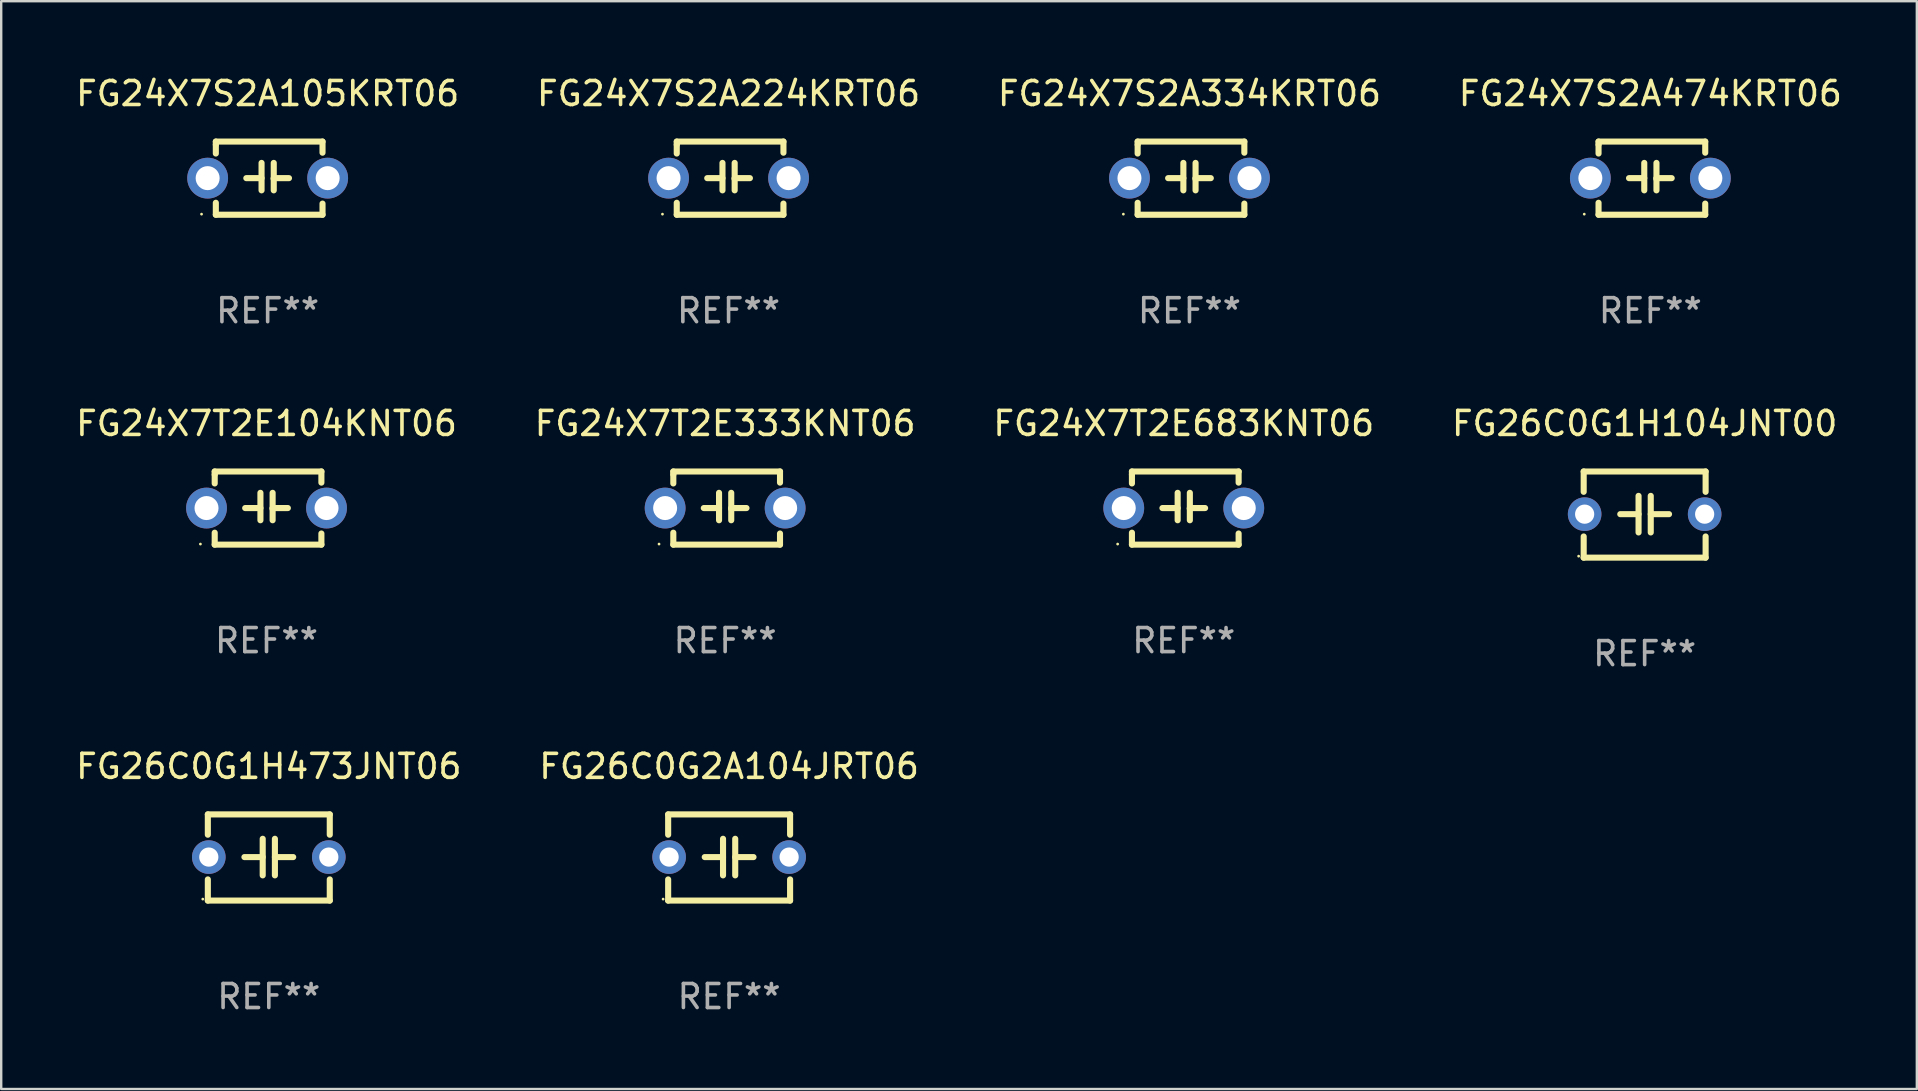
<source format=kicad_pcb>
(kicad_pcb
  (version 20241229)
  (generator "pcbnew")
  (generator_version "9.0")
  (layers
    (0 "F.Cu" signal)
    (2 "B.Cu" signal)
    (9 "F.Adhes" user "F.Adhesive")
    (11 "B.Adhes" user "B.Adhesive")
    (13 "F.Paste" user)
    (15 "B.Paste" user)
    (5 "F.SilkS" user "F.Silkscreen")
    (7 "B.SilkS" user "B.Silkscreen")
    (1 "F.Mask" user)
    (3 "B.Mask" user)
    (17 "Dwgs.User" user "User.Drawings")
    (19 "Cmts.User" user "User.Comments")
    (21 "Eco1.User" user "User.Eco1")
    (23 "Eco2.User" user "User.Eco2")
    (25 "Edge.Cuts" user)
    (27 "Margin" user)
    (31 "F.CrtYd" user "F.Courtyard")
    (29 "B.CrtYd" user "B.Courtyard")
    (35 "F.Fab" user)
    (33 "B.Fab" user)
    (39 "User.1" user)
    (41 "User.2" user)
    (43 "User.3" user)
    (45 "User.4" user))
  (footprint "FG26C0G1H104JNT00"
    (layer "F.Cu")
    (at 65.47 18.388)
    (property "Reference" "FG26C0G1H104JNT00" (at 0 -3.795 0) (layer "F.SilkS") (effects (font (size 1 1) (thickness 0.15))))
    (attr through_hole)
    (fp_line (start -2.54 -1.795) (end 2.54 -1.795) (stroke (width 0.254) (type solid)) (layer "F.SilkS"))
    (fp_line (start -2.54 -0.948) (end -2.54 -1.795) (stroke (width 0.254) (type solid)) (layer "F.SilkS"))
    (fp_line (start -2.54 1.795) (end -2.54 0.913) (stroke (width 0.254) (type solid)) (layer "F.SilkS"))
    (fp_line (start -1.016 -0.017) (end -0.254 -0.017) (stroke (width 0.254) (type solid)) (layer "F.SilkS"))
    (fp_line (start -0.254 0.745) (end -0.254 -0.779) (stroke (width 0.254) (type solid)) (layer "F.SilkS"))
    (fp_line (start 0.254 -0.779) (end 0.254 0.745) (stroke (width 0.254) (type solid)) (layer "F.SilkS"))
    (fp_line (start 1.016 -0.017) (end 0.254 -0.017) (stroke (width 0.254) (type solid)) (layer "F.SilkS"))
    (fp_line (start 2.54 -1.795) (end 2.54 -0.948) (stroke (width 0.254) (type solid)) (layer "F.SilkS"))
    (fp_line (start 2.54 1.795) (end -2.54 1.795) (stroke (width 0.254) (type solid)) (layer "F.SilkS"))
    (fp_line (start 2.54 1.795) (end 2.54 0.913) (stroke (width 0.254) (type solid)) (layer "F.SilkS"))
    (fp_circle (center -2.75 1.733) (end -2.72 1.733) (stroke (width 0.06) (type solid)) (fill no) (layer "F.SilkS"))
    (fp_text user "REF**" (at 0 5.795 0) (layer "F.Fab") (effects (font (size 1 1) (thickness 0.15))))
    (pad "1" thru_hole circle (at -2.5 -0.017) (size 1.4 1.4) (drill 0.8) (layers "*.Cu" "*.Mask"))
    (pad "2" thru_hole circle (at 2.5 -0.017) (size 1.4 1.4) (drill 0.8) (layers "*.Cu" "*.Mask")))
  (footprint "FG26C0G2A104JRT06"
    (layer "F.Cu")
    (at 27.327 32.675)
    (property "Reference" "FG26C0G2A104JRT06" (at 0 -3.795 0) (layer "F.SilkS") (effects (font (size 1 1) (thickness 0.15))))
    (attr through_hole)
    (fp_line (start -2.54 -1.795) (end 2.54 -1.795) (stroke (width 0.254) (type solid)) (layer "F.SilkS"))
    (fp_line (start -2.54 -0.948) (end -2.54 -1.795) (stroke (width 0.254) (type solid)) (layer "F.SilkS"))
    (fp_line (start -2.54 1.795) (end -2.54 0.913) (stroke (width 0.254) (type solid)) (layer "F.SilkS"))
    (fp_line (start -1.016 -0.017) (end -0.254 -0.017) (stroke (width 0.254) (type solid)) (layer "F.SilkS"))
    (fp_line (start -0.254 0.745) (end -0.254 -0.779) (stroke (width 0.254) (type solid)) (layer "F.SilkS"))
    (fp_line (start 0.254 -0.779) (end 0.254 0.745) (stroke (width 0.254) (type solid)) (layer "F.SilkS"))
    (fp_line (start 1.016 -0.017) (end 0.254 -0.017) (stroke (width 0.254) (type solid)) (layer "F.SilkS"))
    (fp_line (start 2.54 -1.795) (end 2.54 -0.948) (stroke (width 0.254) (type solid)) (layer "F.SilkS"))
    (fp_line (start 2.54 1.795) (end -2.54 1.795) (stroke (width 0.254) (type solid)) (layer "F.SilkS"))
    (fp_line (start 2.54 1.795) (end 2.54 0.913) (stroke (width 0.254) (type solid)) (layer "F.SilkS"))
    (fp_circle (center -2.75 1.733) (end -2.72 1.733) (stroke (width 0.06) (type solid)) (fill no) (layer "F.SilkS"))
    (fp_text user "REF**" (at 0 5.795 0) (layer "F.Fab") (effects (font (size 1 1) (thickness 0.15))))
    (pad "1" thru_hole circle (at -2.5 -0.017) (size 1.4 1.4) (drill 0.8) (layers "*.Cu" "*.Mask"))
    (pad "2" thru_hole circle (at 2.5 -0.017) (size 1.4 1.4) (drill 0.8) (layers "*.Cu" "*.Mask")))
  (footprint "FG24X7T2E104KNT06"
    (layer "F.Cu")
    (at 8.054 18.117)
    (property "Reference" "FG24X7T2E104KNT06" (at 0 -3.524 0) (layer "F.SilkS") (effects (font (size 1 1) (thickness 0.15))))
    (attr through_hole)
    (fp_line (start -2.159 -1.524) (end 2.286 -1.524) (stroke (width 0.254) (type solid)) (layer "F.SilkS"))
    (fp_line (start -2.159 -1.397) (end -2.159 -1.524) (stroke (width 0.254) (type solid)) (layer "F.SilkS"))
    (fp_line (start -2.159 -1.026) (end -2.159 -1.397) (stroke (width 0.254) (type solid)) (layer "F.SilkS"))
    (fp_line (start -2.159 1.524) (end -2.159 1.026) (stroke (width 0.254) (type solid)) (layer "F.SilkS"))
    (fp_line (start -0.889 0) (end -0.254 0) (stroke (width 0.254) (type solid)) (layer "F.SilkS"))
    (fp_line (start -0.254 0.508) (end -0.254 -0.635) (stroke (width 0.254) (type solid)) (layer "F.SilkS"))
    (fp_line (start 0.254 -0.635) (end 0.254 0.508) (stroke (width 0.254) (type solid)) (layer "F.SilkS"))
    (fp_line (start 0.254 0.04) (end 0.254 0.02) (stroke (width 0.254) (type solid)) (layer "F.SilkS"))
    (fp_line (start 0.889 0) (end 0.254 0) (stroke (width 0.254) (type solid)) (layer "F.SilkS"))
    (fp_line (start 2.286 -1.524) (end 2.286 -1.06) (stroke (width 0.254) (type solid)) (layer "F.SilkS"))
    (fp_line (start 2.286 1.06) (end 2.286 1.524) (stroke (width 0.254) (type solid)) (layer "F.SilkS"))
    (fp_line (start 2.286 1.524) (end -2.159 1.524) (stroke (width 0.254) (type solid)) (layer "F.SilkS"))
    (fp_circle (center -2.754 1.5) (end -2.724 1.5) (stroke (width 0.06) (type solid)) (fill no) (layer "F.SilkS"))
    (fp_text user "REF**" (at 0 5.524 0) (layer "F.Fab") (effects (font (size 1 1) (thickness 0.15))))
    (pad "1" thru_hole circle (at -2.5 0) (size 1.7 1.7) (drill 1) (layers "*.Cu" "*.Mask"))
    (pad "2" thru_hole circle (at 2.5 0) (size 1.7 1.7) (drill 1) (layers "*.Cu" "*.Mask")))
  (footprint "FG26C0G1H473JNT06"
    (layer "F.Cu")
    (at 8.149 32.675)
    (property "Reference" "FG26C0G1H473JNT06" (at 0 -3.795 0) (layer "F.SilkS") (effects (font (size 1 1) (thickness 0.15))))
    (attr through_hole)
    (fp_line (start -2.54 -1.795) (end 2.54 -1.795) (stroke (width 0.254) (type solid)) (layer "F.SilkS"))
    (fp_line (start -2.54 -0.948) (end -2.54 -1.795) (stroke (width 0.254) (type solid)) (layer "F.SilkS"))
    (fp_line (start -2.54 1.795) (end -2.54 0.913) (stroke (width 0.254) (type solid)) (layer "F.SilkS"))
    (fp_line (start -1.016 -0.017) (end -0.254 -0.017) (stroke (width 0.254) (type solid)) (layer "F.SilkS"))
    (fp_line (start -0.254 0.745) (end -0.254 -0.779) (stroke (width 0.254) (type solid)) (layer "F.SilkS"))
    (fp_line (start 0.254 -0.779) (end 0.254 0.745) (stroke (width 0.254) (type solid)) (layer "F.SilkS"))
    (fp_line (start 1.016 -0.017) (end 0.254 -0.017) (stroke (width 0.254) (type solid)) (layer "F.SilkS"))
    (fp_line (start 2.54 -1.795) (end 2.54 -0.948) (stroke (width 0.254) (type solid)) (layer "F.SilkS"))
    (fp_line (start 2.54 1.795) (end -2.54 1.795) (stroke (width 0.254) (type solid)) (layer "F.SilkS"))
    (fp_line (start 2.54 1.795) (end 2.54 0.913) (stroke (width 0.254) (type solid)) (layer "F.SilkS"))
    (fp_circle (center -2.75 1.733) (end -2.72 1.733) (stroke (width 0.06) (type solid)) (fill no) (layer "F.SilkS"))
    (fp_text user "REF**" (at 0 5.795 0) (layer "F.Fab") (effects (font (size 1 1) (thickness 0.15))))
    (pad "1" thru_hole circle (at -2.5 -0.017) (size 1.4 1.4) (drill 0.8) (layers "*.Cu" "*.Mask"))
    (pad "2" thru_hole circle (at 2.5 -0.017) (size 1.4 1.4) (drill 0.8) (layers "*.Cu" "*.Mask")))
  (footprint "FG24X7S2A105KRT06"
    (layer "F.Cu")
    (at 8.101 4.372)
    (property "Reference" "FG24X7S2A105KRT06" (at 0 -3.524 0) (layer "F.SilkS") (effects (font (size 1 1) (thickness 0.15))))
    (attr through_hole)
    (fp_line (start -2.159 -1.524) (end 2.286 -1.524) (stroke (width 0.254) (type solid)) (layer "F.SilkS"))
    (fp_line (start -2.159 -1.397) (end -2.159 -1.524) (stroke (width 0.254) (type solid)) (layer "F.SilkS"))
    (fp_line (start -2.159 -1.026) (end -2.159 -1.397) (stroke (width 0.254) (type solid)) (layer "F.SilkS"))
    (fp_line (start -2.159 1.524) (end -2.159 1.026) (stroke (width 0.254) (type solid)) (layer "F.SilkS"))
    (fp_line (start -0.889 0) (end -0.254 0) (stroke (width 0.254) (type solid)) (layer "F.SilkS"))
    (fp_line (start -0.254 0.508) (end -0.254 -0.635) (stroke (width 0.254) (type solid)) (layer "F.SilkS"))
    (fp_line (start 0.254 -0.635) (end 0.254 0.508) (stroke (width 0.254) (type solid)) (layer "F.SilkS"))
    (fp_line (start 0.254 0.04) (end 0.254 0.02) (stroke (width 0.254) (type solid)) (layer "F.SilkS"))
    (fp_line (start 0.889 0) (end 0.254 0) (stroke (width 0.254) (type solid)) (layer "F.SilkS"))
    (fp_line (start 2.286 -1.524) (end 2.286 -1.06) (stroke (width 0.254) (type solid)) (layer "F.SilkS"))
    (fp_line (start 2.286 1.06) (end 2.286 1.524) (stroke (width 0.254) (type solid)) (layer "F.SilkS"))
    (fp_line (start 2.286 1.524) (end -2.159 1.524) (stroke (width 0.254) (type solid)) (layer "F.SilkS"))
    (fp_circle (center -2.754 1.5) (end -2.724 1.5) (stroke (width 0.06) (type solid)) (fill no) (layer "F.SilkS"))
    (fp_text user "REF**" (at 0 5.524 0) (layer "F.Fab") (effects (font (size 1 1) (thickness 0.15))))
    (pad "1" thru_hole circle (at -2.5 0) (size 1.7 1.7) (drill 1) (layers "*.Cu" "*.Mask"))
    (pad "2" thru_hole circle (at 2.5 0) (size 1.7 1.7) (drill 1) (layers "*.Cu" "*.Mask")))
  (footprint "FG24X7S2A334KRT06"
    (layer "F.Cu")
    (at 46.506 4.372)
    (property "Reference" "FG24X7S2A334KRT06" (at 0 -3.524 0) (layer "F.SilkS") (effects (font (size 1 1) (thickness 0.15))))
    (attr through_hole)
    (fp_line (start -2.159 -1.524) (end 2.286 -1.524) (stroke (width 0.254) (type solid)) (layer "F.SilkS"))
    (fp_line (start -2.159 -1.397) (end -2.159 -1.524) (stroke (width 0.254) (type solid)) (layer "F.SilkS"))
    (fp_line (start -2.159 -1.026) (end -2.159 -1.397) (stroke (width 0.254) (type solid)) (layer "F.SilkS"))
    (fp_line (start -2.159 1.524) (end -2.159 1.026) (stroke (width 0.254) (type solid)) (layer "F.SilkS"))
    (fp_line (start -0.889 0) (end -0.254 0) (stroke (width 0.254) (type solid)) (layer "F.SilkS"))
    (fp_line (start -0.254 0.508) (end -0.254 -0.635) (stroke (width 0.254) (type solid)) (layer "F.SilkS"))
    (fp_line (start 0.254 -0.635) (end 0.254 0.508) (stroke (width 0.254) (type solid)) (layer "F.SilkS"))
    (fp_line (start 0.254 0.04) (end 0.254 0.02) (stroke (width 0.254) (type solid)) (layer "F.SilkS"))
    (fp_line (start 0.889 0) (end 0.254 0) (stroke (width 0.254) (type solid)) (layer "F.SilkS"))
    (fp_line (start 2.286 -1.524) (end 2.286 -1.06) (stroke (width 0.254) (type solid)) (layer "F.SilkS"))
    (fp_line (start 2.286 1.06) (end 2.286 1.524) (stroke (width 0.254) (type solid)) (layer "F.SilkS"))
    (fp_line (start 2.286 1.524) (end -2.159 1.524) (stroke (width 0.254) (type solid)) (layer "F.SilkS"))
    (fp_circle (center -2.754 1.5) (end -2.724 1.5) (stroke (width 0.06) (type solid)) (fill no) (layer "F.SilkS"))
    (fp_text user "REF**" (at 0 5.524 0) (layer "F.Fab") (effects (font (size 1 1) (thickness 0.15))))
    (pad "1" thru_hole circle (at -2.5 0) (size 1.7 1.7) (drill 1) (layers "*.Cu" "*.Mask"))
    (pad "2" thru_hole circle (at 2.5 0) (size 1.7 1.7) (drill 1) (layers "*.Cu" "*.Mask")))
  (footprint "FG24X7T2E683KNT06"
    (layer "F.Cu")
    (at 46.268 18.117)
    (property "Reference" "FG24X7T2E683KNT06" (at 0 -3.524 0) (layer "F.SilkS") (effects (font (size 1 1) (thickness 0.15))))
    (attr through_hole)
    (fp_line (start -2.159 -1.524) (end 2.286 -1.524) (stroke (width 0.254) (type solid)) (layer "F.SilkS"))
    (fp_line (start -2.159 -1.397) (end -2.159 -1.524) (stroke (width 0.254) (type solid)) (layer "F.SilkS"))
    (fp_line (start -2.159 -1.026) (end -2.159 -1.397) (stroke (width 0.254) (type solid)) (layer "F.SilkS"))
    (fp_line (start -2.159 1.524) (end -2.159 1.026) (stroke (width 0.254) (type solid)) (layer "F.SilkS"))
    (fp_line (start -0.889 0) (end -0.254 0) (stroke (width 0.254) (type solid)) (layer "F.SilkS"))
    (fp_line (start -0.254 0.508) (end -0.254 -0.635) (stroke (width 0.254) (type solid)) (layer "F.SilkS"))
    (fp_line (start 0.254 -0.635) (end 0.254 0.508) (stroke (width 0.254) (type solid)) (layer "F.SilkS"))
    (fp_line (start 0.254 0.04) (end 0.254 0.02) (stroke (width 0.254) (type solid)) (layer "F.SilkS"))
    (fp_line (start 0.889 0) (end 0.254 0) (stroke (width 0.254) (type solid)) (layer "F.SilkS"))
    (fp_line (start 2.286 -1.524) (end 2.286 -1.06) (stroke (width 0.254) (type solid)) (layer "F.SilkS"))
    (fp_line (start 2.286 1.06) (end 2.286 1.524) (stroke (width 0.254) (type solid)) (layer "F.SilkS"))
    (fp_line (start 2.286 1.524) (end -2.159 1.524) (stroke (width 0.254) (type solid)) (layer "F.SilkS"))
    (fp_circle (center -2.754 1.5) (end -2.724 1.5) (stroke (width 0.06) (type solid)) (fill no) (layer "F.SilkS"))
    (fp_text user "REF**" (at 0 5.524 0) (layer "F.Fab") (effects (font (size 1 1) (thickness 0.15))))
    (pad "1" thru_hole circle (at -2.5 0) (size 1.7 1.7) (drill 1) (layers "*.Cu" "*.Mask"))
    (pad "2" thru_hole circle (at 2.5 0) (size 1.7 1.7) (drill 1) (layers "*.Cu" "*.Mask")))
  (footprint "FG24X7T2E333KNT06"
    (layer "F.Cu")
    (at 27.161 18.117)
    (property "Reference" "FG24X7T2E333KNT06" (at 0 -3.524 0) (layer "F.SilkS") (effects (font (size 1 1) (thickness 0.15))))
    (attr through_hole)
    (fp_line (start -2.159 -1.524) (end 2.286 -1.524) (stroke (width 0.254) (type solid)) (layer "F.SilkS"))
    (fp_line (start -2.159 -1.397) (end -2.159 -1.524) (stroke (width 0.254) (type solid)) (layer "F.SilkS"))
    (fp_line (start -2.159 -1.026) (end -2.159 -1.397) (stroke (width 0.254) (type solid)) (layer "F.SilkS"))
    (fp_line (start -2.159 1.524) (end -2.159 1.026) (stroke (width 0.254) (type solid)) (layer "F.SilkS"))
    (fp_line (start -0.889 0) (end -0.254 0) (stroke (width 0.254) (type solid)) (layer "F.SilkS"))
    (fp_line (start -0.254 0.508) (end -0.254 -0.635) (stroke (width 0.254) (type solid)) (layer "F.SilkS"))
    (fp_line (start 0.254 -0.635) (end 0.254 0.508) (stroke (width 0.254) (type solid)) (layer "F.SilkS"))
    (fp_line (start 0.254 0.04) (end 0.254 0.02) (stroke (width 0.254) (type solid)) (layer "F.SilkS"))
    (fp_line (start 0.889 0) (end 0.254 0) (stroke (width 0.254) (type solid)) (layer "F.SilkS"))
    (fp_line (start 2.286 -1.524) (end 2.286 -1.06) (stroke (width 0.254) (type solid)) (layer "F.SilkS"))
    (fp_line (start 2.286 1.06) (end 2.286 1.524) (stroke (width 0.254) (type solid)) (layer "F.SilkS"))
    (fp_line (start 2.286 1.524) (end -2.159 1.524) (stroke (width 0.254) (type solid)) (layer "F.SilkS"))
    (fp_circle (center -2.754 1.5) (end -2.724 1.5) (stroke (width 0.06) (type solid)) (fill no) (layer "F.SilkS"))
    (fp_text user "REF**" (at 0 5.524 0) (layer "F.Fab") (effects (font (size 1 1) (thickness 0.15))))
    (pad "1" thru_hole circle (at -2.5 0) (size 1.7 1.7) (drill 1) (layers "*.Cu" "*.Mask"))
    (pad "2" thru_hole circle (at 2.5 0) (size 1.7 1.7) (drill 1) (layers "*.Cu" "*.Mask")))
  (footprint "FG24X7S2A224KRT06"
    (layer "F.Cu")
    (at 27.304 4.372)
    (property "Reference" "FG24X7S2A224KRT06" (at 0 -3.524 0) (layer "F.SilkS") (effects (font (size 1 1) (thickness 0.15))))
    (attr through_hole)
    (fp_line (start -2.159 -1.524) (end 2.286 -1.524) (stroke (width 0.254) (type solid)) (layer "F.SilkS"))
    (fp_line (start -2.159 -1.397) (end -2.159 -1.524) (stroke (width 0.254) (type solid)) (layer "F.SilkS"))
    (fp_line (start -2.159 -1.026) (end -2.159 -1.397) (stroke (width 0.254) (type solid)) (layer "F.SilkS"))
    (fp_line (start -2.159 1.524) (end -2.159 1.026) (stroke (width 0.254) (type solid)) (layer "F.SilkS"))
    (fp_line (start -0.889 0) (end -0.254 0) (stroke (width 0.254) (type solid)) (layer "F.SilkS"))
    (fp_line (start -0.254 0.508) (end -0.254 -0.635) (stroke (width 0.254) (type solid)) (layer "F.SilkS"))
    (fp_line (start 0.254 -0.635) (end 0.254 0.508) (stroke (width 0.254) (type solid)) (layer "F.SilkS"))
    (fp_line (start 0.254 0.04) (end 0.254 0.02) (stroke (width 0.254) (type solid)) (layer "F.SilkS"))
    (fp_line (start 0.889 0) (end 0.254 0) (stroke (width 0.254) (type solid)) (layer "F.SilkS"))
    (fp_line (start 2.286 -1.524) (end 2.286 -1.06) (stroke (width 0.254) (type solid)) (layer "F.SilkS"))
    (fp_line (start 2.286 1.06) (end 2.286 1.524) (stroke (width 0.254) (type solid)) (layer "F.SilkS"))
    (fp_line (start 2.286 1.524) (end -2.159 1.524) (stroke (width 0.254) (type solid)) (layer "F.SilkS"))
    (fp_circle (center -2.754 1.5) (end -2.724 1.5) (stroke (width 0.06) (type solid)) (fill no) (layer "F.SilkS"))
    (fp_text user "REF**" (at 0 5.524 0) (layer "F.Fab") (effects (font (size 1 1) (thickness 0.15))))
    (pad "1" thru_hole circle (at -2.5 0) (size 1.7 1.7) (drill 1) (layers "*.Cu" "*.Mask"))
    (pad "2" thru_hole circle (at 2.5 0) (size 1.7 1.7) (drill 1) (layers "*.Cu" "*.Mask")))
  (footprint "FG24X7S2A474KRT06"
    (layer "F.Cu")
    (at 65.708 4.372)
    (property "Reference" "FG24X7S2A474KRT06" (at 0 -3.524 0) (layer "F.SilkS") (effects (font (size 1 1) (thickness 0.15))))
    (attr through_hole)
    (fp_line (start -2.159 -1.524) (end 2.286 -1.524) (stroke (width 0.254) (type solid)) (layer "F.SilkS"))
    (fp_line (start -2.159 -1.397) (end -2.159 -1.524) (stroke (width 0.254) (type solid)) (layer "F.SilkS"))
    (fp_line (start -2.159 -1.026) (end -2.159 -1.397) (stroke (width 0.254) (type solid)) (layer "F.SilkS"))
    (fp_line (start -2.159 1.524) (end -2.159 1.026) (stroke (width 0.254) (type solid)) (layer "F.SilkS"))
    (fp_line (start -0.889 0) (end -0.254 0) (stroke (width 0.254) (type solid)) (layer "F.SilkS"))
    (fp_line (start -0.254 0.508) (end -0.254 -0.635) (stroke (width 0.254) (type solid)) (layer "F.SilkS"))
    (fp_line (start 0.254 -0.635) (end 0.254 0.508) (stroke (width 0.254) (type solid)) (layer "F.SilkS"))
    (fp_line (start 0.254 0.04) (end 0.254 0.02) (stroke (width 0.254) (type solid)) (layer "F.SilkS"))
    (fp_line (start 0.889 0) (end 0.254 0) (stroke (width 0.254) (type solid)) (layer "F.SilkS"))
    (fp_line (start 2.286 -1.524) (end 2.286 -1.06) (stroke (width 0.254) (type solid)) (layer "F.SilkS"))
    (fp_line (start 2.286 1.06) (end 2.286 1.524) (stroke (width 0.254) (type solid)) (layer "F.SilkS"))
    (fp_line (start 2.286 1.524) (end -2.159 1.524) (stroke (width 0.254) (type solid)) (layer "F.SilkS"))
    (fp_circle (center -2.754 1.5) (end -2.724 1.5) (stroke (width 0.06) (type solid)) (fill no) (layer "F.SilkS"))
    (fp_text user "REF**" (at 0 5.524 0) (layer "F.Fab") (effects (font (size 1 1) (thickness 0.15))))
    (pad "1" thru_hole circle (at -2.5 0) (size 1.7 1.7) (drill 1) (layers "*.Cu" "*.Mask"))
    (pad "2" thru_hole circle (at 2.5 0) (size 1.7 1.7) (drill 1) (layers "*.Cu" "*.Mask")))
  (gr_rect
    (start -3 -3)
    (end 76.81 42.319)
    (stroke (width 0.1) (type default))
    (fill no)
    (layer "Edge.Cuts")))
</source>
